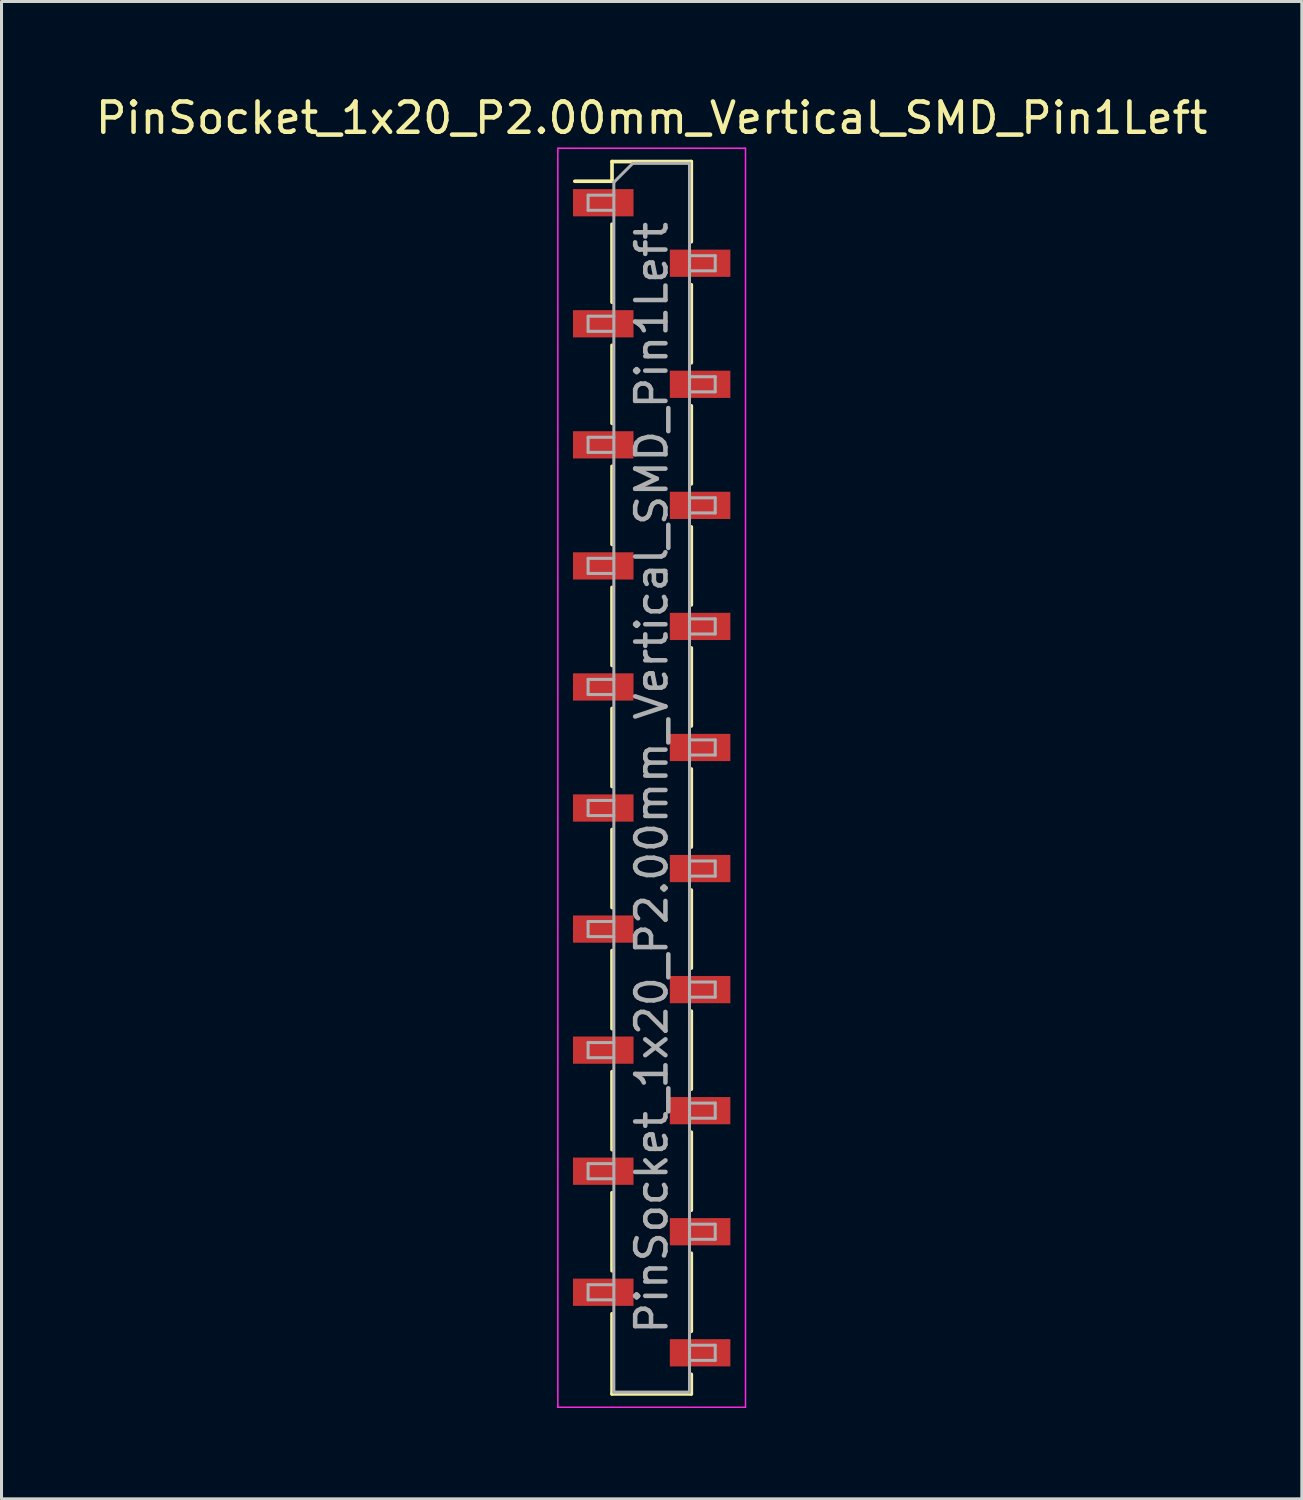
<source format=kicad_pcb>
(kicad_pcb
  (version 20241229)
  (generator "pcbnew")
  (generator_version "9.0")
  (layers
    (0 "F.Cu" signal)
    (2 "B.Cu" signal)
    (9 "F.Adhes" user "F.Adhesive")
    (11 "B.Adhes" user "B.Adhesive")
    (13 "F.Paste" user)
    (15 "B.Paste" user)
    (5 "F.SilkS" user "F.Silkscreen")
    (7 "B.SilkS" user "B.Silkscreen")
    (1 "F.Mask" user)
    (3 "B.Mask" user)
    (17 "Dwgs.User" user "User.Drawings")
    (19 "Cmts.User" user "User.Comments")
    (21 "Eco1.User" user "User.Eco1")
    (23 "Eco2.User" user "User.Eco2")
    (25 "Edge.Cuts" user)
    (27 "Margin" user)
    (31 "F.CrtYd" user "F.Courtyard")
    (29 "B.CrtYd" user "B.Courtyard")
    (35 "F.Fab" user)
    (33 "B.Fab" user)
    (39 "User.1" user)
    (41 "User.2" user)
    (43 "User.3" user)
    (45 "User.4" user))
  (footprint "PinSocket_1x20_P2.00mm_Vertical_SMD_Pin1Left"
    (layer "F.Cu")
    (at 18.482 22.648)
    (property "Reference" "PinSocket_1x20_P2.00mm_Vertical_SMD_Pin1Left" (at 0 -21.8 0) (layer "F.SilkS") (effects (font (size 1 1) (thickness 0.15))))
    (attr smd)
    (fp_line (start -2.54 -19.71) (end -1.31 -19.71) (stroke (width 0.12) (type solid)) (layer "F.SilkS"))
    (fp_line (start -1.31 -20.36) (end -1.31 -19.71) (stroke (width 0.12) (type solid)) (layer "F.SilkS"))
    (fp_line (start -1.31 -20.36) (end 1.31 -20.36) (stroke (width 0.12) (type solid)) (layer "F.SilkS"))
    (fp_line (start -1.31 -18.29) (end -1.31 -15.71) (stroke (width 0.12) (type solid)) (layer "F.SilkS"))
    (fp_line (start -1.31 -14.29) (end -1.31 -11.71) (stroke (width 0.12) (type solid)) (layer "F.SilkS"))
    (fp_line (start -1.31 -10.29) (end -1.31 -7.71) (stroke (width 0.12) (type solid)) (layer "F.SilkS"))
    (fp_line (start -1.31 -6.29) (end -1.31 -3.71) (stroke (width 0.12) (type solid)) (layer "F.SilkS"))
    (fp_line (start -1.31 -2.29) (end -1.31 0.29) (stroke (width 0.12) (type solid)) (layer "F.SilkS"))
    (fp_line (start -1.31 1.71) (end -1.31 4.29) (stroke (width 0.12) (type solid)) (layer "F.SilkS"))
    (fp_line (start -1.31 5.71) (end -1.31 8.29) (stroke (width 0.12) (type solid)) (layer "F.SilkS"))
    (fp_line (start -1.31 9.71) (end -1.31 12.29) (stroke (width 0.12) (type solid)) (layer "F.SilkS"))
    (fp_line (start -1.31 13.71) (end -1.31 16.29) (stroke (width 0.12) (type solid)) (layer "F.SilkS"))
    (fp_line (start -1.31 17.71) (end -1.31 20.36) (stroke (width 0.12) (type solid)) (layer "F.SilkS"))
    (fp_line (start -1.31 20.36) (end 1.31 20.36) (stroke (width 0.12) (type solid)) (layer "F.SilkS"))
    (fp_line (start 1.31 -20.36) (end 1.31 -17.71) (stroke (width 0.12) (type solid)) (layer "F.SilkS"))
    (fp_line (start 1.31 -16.29) (end 1.31 -13.71) (stroke (width 0.12) (type solid)) (layer "F.SilkS"))
    (fp_line (start 1.31 -12.29) (end 1.31 -9.71) (stroke (width 0.12) (type solid)) (layer "F.SilkS"))
    (fp_line (start 1.31 -8.29) (end 1.31 -5.71) (stroke (width 0.12) (type solid)) (layer "F.SilkS"))
    (fp_line (start 1.31 -4.29) (end 1.31 -1.71) (stroke (width 0.12) (type solid)) (layer "F.SilkS"))
    (fp_line (start 1.31 -0.29) (end 1.31 2.29) (stroke (width 0.12) (type solid)) (layer "F.SilkS"))
    (fp_line (start 1.31 3.71) (end 1.31 6.29) (stroke (width 0.12) (type solid)) (layer "F.SilkS"))
    (fp_line (start 1.31 7.71) (end 1.31 10.29) (stroke (width 0.12) (type solid)) (layer "F.SilkS"))
    (fp_line (start 1.31 11.71) (end 1.31 14.29) (stroke (width 0.12) (type solid)) (layer "F.SilkS"))
    (fp_line (start 1.31 15.71) (end 1.31 18.29) (stroke (width 0.12) (type solid)) (layer "F.SilkS"))
    (fp_line (start 1.31 19.71) (end 1.31 20.36) (stroke (width 0.12) (type solid)) (layer "F.SilkS"))
    (fp_line (start -3.1 -20.8) (end 3.1 -20.8) (stroke (width 0.05) (type solid)) (layer "F.CrtYd"))
    (fp_line (start -3.1 20.8) (end -3.1 -20.8) (stroke (width 0.05) (type solid)) (layer "F.CrtYd"))
    (fp_line (start 3.1 -20.8) (end 3.1 20.8) (stroke (width 0.05) (type solid)) (layer "F.CrtYd"))
    (fp_line (start 3.1 20.8) (end -3.1 20.8) (stroke (width 0.05) (type solid)) (layer "F.CrtYd"))
    (fp_line (start -2.1 -19.25) (end -1.25 -19.25) (stroke (width 0.1) (type solid)) (layer "F.Fab"))
    (fp_line (start -2.1 -18.75) (end -2.1 -19.25) (stroke (width 0.1) (type solid)) (layer "F.Fab"))
    (fp_line (start -2.1 -15.25) (end -1.25 -15.25) (stroke (width 0.1) (type solid)) (layer "F.Fab"))
    (fp_line (start -2.1 -14.75) (end -2.1 -15.25) (stroke (width 0.1) (type solid)) (layer "F.Fab"))
    (fp_line (start -2.1 -11.25) (end -1.25 -11.25) (stroke (width 0.1) (type solid)) (layer "F.Fab"))
    (fp_line (start -2.1 -10.75) (end -2.1 -11.25) (stroke (width 0.1) (type solid)) (layer "F.Fab"))
    (fp_line (start -2.1 -7.25) (end -1.25 -7.25) (stroke (width 0.1) (type solid)) (layer "F.Fab"))
    (fp_line (start -2.1 -6.75) (end -2.1 -7.25) (stroke (width 0.1) (type solid)) (layer "F.Fab"))
    (fp_line (start -2.1 -3.25) (end -1.25 -3.25) (stroke (width 0.1) (type solid)) (layer "F.Fab"))
    (fp_line (start -2.1 -2.75) (end -2.1 -3.25) (stroke (width 0.1) (type solid)) (layer "F.Fab"))
    (fp_line (start -2.1 0.75) (end -1.25 0.75) (stroke (width 0.1) (type solid)) (layer "F.Fab"))
    (fp_line (start -2.1 1.25) (end -2.1 0.75) (stroke (width 0.1) (type solid)) (layer "F.Fab"))
    (fp_line (start -2.1 4.75) (end -1.25 4.75) (stroke (width 0.1) (type solid)) (layer "F.Fab"))
    (fp_line (start -2.1 5.25) (end -2.1 4.75) (stroke (width 0.1) (type solid)) (layer "F.Fab"))
    (fp_line (start -2.1 8.75) (end -1.25 8.75) (stroke (width 0.1) (type solid)) (layer "F.Fab"))
    (fp_line (start -2.1 9.25) (end -2.1 8.75) (stroke (width 0.1) (type solid)) (layer "F.Fab"))
    (fp_line (start -2.1 12.75) (end -1.25 12.75) (stroke (width 0.1) (type solid)) (layer "F.Fab"))
    (fp_line (start -2.1 13.25) (end -2.1 12.75) (stroke (width 0.1) (type solid)) (layer "F.Fab"))
    (fp_line (start -2.1 16.75) (end -1.25 16.75) (stroke (width 0.1) (type solid)) (layer "F.Fab"))
    (fp_line (start -2.1 17.25) (end -2.1 16.75) (stroke (width 0.1) (type solid)) (layer "F.Fab"))
    (fp_line (start -1.25 -19.675) (end -0.625 -20.3) (stroke (width 0.1) (type solid)) (layer "F.Fab"))
    (fp_line (start -1.25 -18.75) (end -2.1 -18.75) (stroke (width 0.1) (type solid)) (layer "F.Fab"))
    (fp_line (start -1.25 -14.75) (end -2.1 -14.75) (stroke (width 0.1) (type solid)) (layer "F.Fab"))
    (fp_line (start -1.25 -10.75) (end -2.1 -10.75) (stroke (width 0.1) (type solid)) (layer "F.Fab"))
    (fp_line (start -1.25 -6.75) (end -2.1 -6.75) (stroke (width 0.1) (type solid)) (layer "F.Fab"))
    (fp_line (start -1.25 -2.75) (end -2.1 -2.75) (stroke (width 0.1) (type solid)) (layer "F.Fab"))
    (fp_line (start -1.25 1.25) (end -2.1 1.25) (stroke (width 0.1) (type solid)) (layer "F.Fab"))
    (fp_line (start -1.25 5.25) (end -2.1 5.25) (stroke (width 0.1) (type solid)) (layer "F.Fab"))
    (fp_line (start -1.25 9.25) (end -2.1 9.25) (stroke (width 0.1) (type solid)) (layer "F.Fab"))
    (fp_line (start -1.25 13.25) (end -2.1 13.25) (stroke (width 0.1) (type solid)) (layer "F.Fab"))
    (fp_line (start -1.25 17.25) (end -2.1 17.25) (stroke (width 0.1) (type solid)) (layer "F.Fab"))
    (fp_line (start -1.25 20.3) (end -1.25 -19.675) (stroke (width 0.1) (type solid)) (layer "F.Fab"))
    (fp_line (start -0.625 -20.3) (end 1.25 -20.3) (stroke (width 0.1) (type solid)) (layer "F.Fab"))
    (fp_line (start 1.25 -20.3) (end 1.25 20.3) (stroke (width 0.1) (type solid)) (layer "F.Fab"))
    (fp_line (start 1.25 -17.25) (end 2.1 -17.25) (stroke (width 0.1) (type solid)) (layer "F.Fab"))
    (fp_line (start 1.25 -13.25) (end 2.1 -13.25) (stroke (width 0.1) (type solid)) (layer "F.Fab"))
    (fp_line (start 1.25 -9.25) (end 2.1 -9.25) (stroke (width 0.1) (type solid)) (layer "F.Fab"))
    (fp_line (start 1.25 -5.25) (end 2.1 -5.25) (stroke (width 0.1) (type solid)) (layer "F.Fab"))
    (fp_line (start 1.25 -1.25) (end 2.1 -1.25) (stroke (width 0.1) (type solid)) (layer "F.Fab"))
    (fp_line (start 1.25 2.75) (end 2.1 2.75) (stroke (width 0.1) (type solid)) (layer "F.Fab"))
    (fp_line (start 1.25 6.75) (end 2.1 6.75) (stroke (width 0.1) (type solid)) (layer "F.Fab"))
    (fp_line (start 1.25 10.75) (end 2.1 10.75) (stroke (width 0.1) (type solid)) (layer "F.Fab"))
    (fp_line (start 1.25 14.75) (end 2.1 14.75) (stroke (width 0.1) (type solid)) (layer "F.Fab"))
    (fp_line (start 1.25 18.75) (end 2.1 18.75) (stroke (width 0.1) (type solid)) (layer "F.Fab"))
    (fp_line (start 1.25 20.3) (end -1.25 20.3) (stroke (width 0.1) (type solid)) (layer "F.Fab"))
    (fp_line (start 2.1 -17.25) (end 2.1 -16.75) (stroke (width 0.1) (type solid)) (layer "F.Fab"))
    (fp_line (start 2.1 -16.75) (end 1.25 -16.75) (stroke (width 0.1) (type solid)) (layer "F.Fab"))
    (fp_line (start 2.1 -13.25) (end 2.1 -12.75) (stroke (width 0.1) (type solid)) (layer "F.Fab"))
    (fp_line (start 2.1 -12.75) (end 1.25 -12.75) (stroke (width 0.1) (type solid)) (layer "F.Fab"))
    (fp_line (start 2.1 -9.25) (end 2.1 -8.75) (stroke (width 0.1) (type solid)) (layer "F.Fab"))
    (fp_line (start 2.1 -8.75) (end 1.25 -8.75) (stroke (width 0.1) (type solid)) (layer "F.Fab"))
    (fp_line (start 2.1 -5.25) (end 2.1 -4.75) (stroke (width 0.1) (type solid)) (layer "F.Fab"))
    (fp_line (start 2.1 -4.75) (end 1.25 -4.75) (stroke (width 0.1) (type solid)) (layer "F.Fab"))
    (fp_line (start 2.1 -1.25) (end 2.1 -0.75) (stroke (width 0.1) (type solid)) (layer "F.Fab"))
    (fp_line (start 2.1 -0.75) (end 1.25 -0.75) (stroke (width 0.1) (type solid)) (layer "F.Fab"))
    (fp_line (start 2.1 2.75) (end 2.1 3.25) (stroke (width 0.1) (type solid)) (layer "F.Fab"))
    (fp_line (start 2.1 3.25) (end 1.25 3.25) (stroke (width 0.1) (type solid)) (layer "F.Fab"))
    (fp_line (start 2.1 6.75) (end 2.1 7.25) (stroke (width 0.1) (type solid)) (layer "F.Fab"))
    (fp_line (start 2.1 7.25) (end 1.25 7.25) (stroke (width 0.1) (type solid)) (layer "F.Fab"))
    (fp_line (start 2.1 10.75) (end 2.1 11.25) (stroke (width 0.1) (type solid)) (layer "F.Fab"))
    (fp_line (start 2.1 11.25) (end 1.25 11.25) (stroke (width 0.1) (type solid)) (layer "F.Fab"))
    (fp_line (start 2.1 14.75) (end 2.1 15.25) (stroke (width 0.1) (type solid)) (layer "F.Fab"))
    (fp_line (start 2.1 15.25) (end 1.25 15.25) (stroke (width 0.1) (type solid)) (layer "F.Fab"))
    (fp_line (start 2.1 18.75) (end 2.1 19.25) (stroke (width 0.1) (type solid)) (layer "F.Fab"))
    (fp_line (start 2.1 19.25) (end 1.25 19.25) (stroke (width 0.1) (type solid)) (layer "F.Fab"))
    (fp_text user "${REFERENCE}" (at 0 0 90) (layer "F.Fab") (effects (font (size 1 1) (thickness 0.15))))
    (pad "1" smd rect (at -1.6 -19) (size 2 0.9) (layers "F.Cu" "F.Mask" "F.Paste"))
    (pad "2" smd rect (at 1.6 -17) (size 2 0.9) (layers "F.Cu" "F.Mask" "F.Paste"))
    (pad "3" smd rect (at -1.6 -15) (size 2 0.9) (layers "F.Cu" "F.Mask" "F.Paste"))
    (pad "4" smd rect (at 1.6 -13) (size 2 0.9) (layers "F.Cu" "F.Mask" "F.Paste"))
    (pad "5" smd rect (at -1.6 -11) (size 2 0.9) (layers "F.Cu" "F.Mask" "F.Paste"))
    (pad "6" smd rect (at 1.6 -9) (size 2 0.9) (layers "F.Cu" "F.Mask" "F.Paste"))
    (pad "7" smd rect (at -1.6 -7) (size 2 0.9) (layers "F.Cu" "F.Mask" "F.Paste"))
    (pad "8" smd rect (at 1.6 -5) (size 2 0.9) (layers "F.Cu" "F.Mask" "F.Paste"))
    (pad "9" smd rect (at -1.6 -3) (size 2 0.9) (layers "F.Cu" "F.Mask" "F.Paste"))
    (pad "10" smd rect (at 1.6 -1) (size 2 0.9) (layers "F.Cu" "F.Mask" "F.Paste"))
    (pad "11" smd rect (at -1.6 1) (size 2 0.9) (layers "F.Cu" "F.Mask" "F.Paste"))
    (pad "12" smd rect (at 1.6 3) (size 2 0.9) (layers "F.Cu" "F.Mask" "F.Paste"))
    (pad "13" smd rect (at -1.6 5) (size 2 0.9) (layers "F.Cu" "F.Mask" "F.Paste"))
    (pad "14" smd rect (at 1.6 7) (size 2 0.9) (layers "F.Cu" "F.Mask" "F.Paste"))
    (pad "15" smd rect (at -1.6 9) (size 2 0.9) (layers "F.Cu" "F.Mask" "F.Paste"))
    (pad "16" smd rect (at 1.6 11) (size 2 0.9) (layers "F.Cu" "F.Mask" "F.Paste"))
    (pad "17" smd rect (at -1.6 13) (size 2 0.9) (layers "F.Cu" "F.Mask" "F.Paste"))
    (pad "18" smd rect (at 1.6 15) (size 2 0.9) (layers "F.Cu" "F.Mask" "F.Paste"))
    (pad "19" smd rect (at -1.6 17) (size 2 0.9) (layers "F.Cu" "F.Mask" "F.Paste"))
    (pad "20" smd rect (at 1.6 19) (size 2 0.9) (layers "F.Cu" "F.Mask" "F.Paste")))
  (gr_rect
    (start -3 -3)
    (end 39.964 46.473)
    (stroke (width 0.1) (type default))
    (fill no)
    (layer "Edge.Cuts")))
</source>
